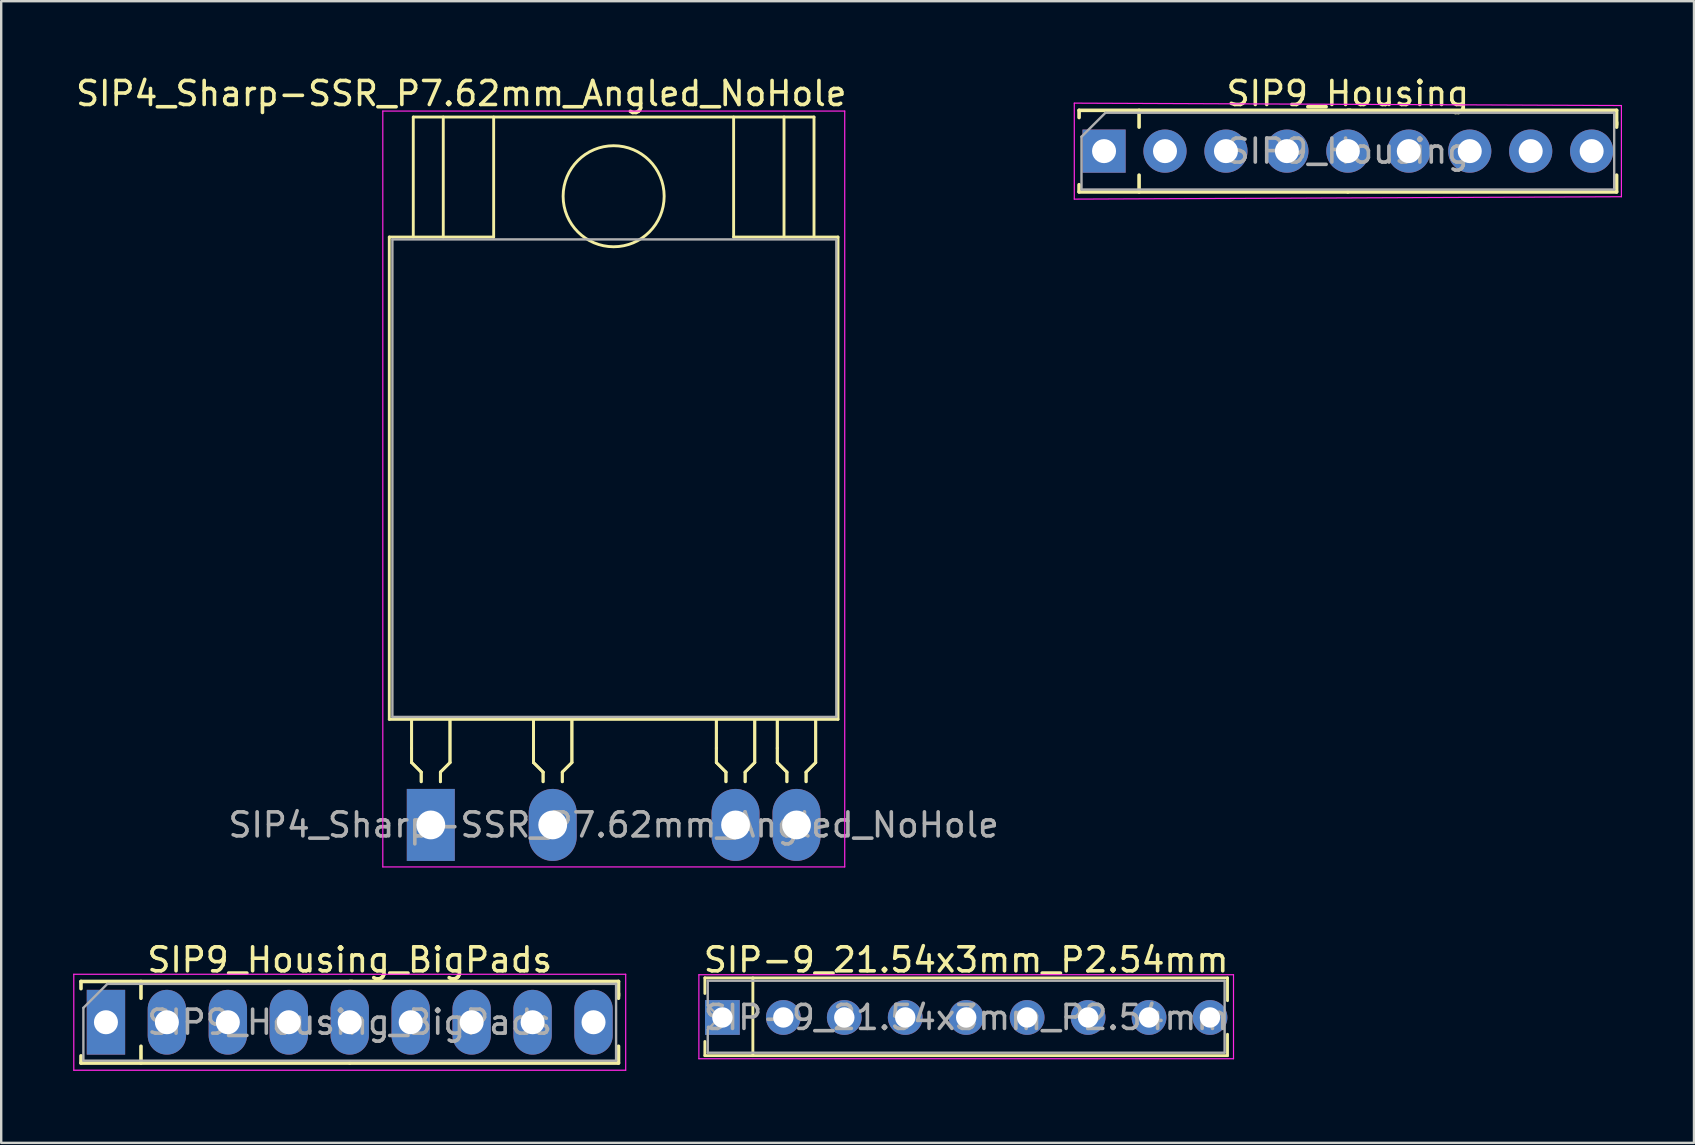
<source format=kicad_pcb>
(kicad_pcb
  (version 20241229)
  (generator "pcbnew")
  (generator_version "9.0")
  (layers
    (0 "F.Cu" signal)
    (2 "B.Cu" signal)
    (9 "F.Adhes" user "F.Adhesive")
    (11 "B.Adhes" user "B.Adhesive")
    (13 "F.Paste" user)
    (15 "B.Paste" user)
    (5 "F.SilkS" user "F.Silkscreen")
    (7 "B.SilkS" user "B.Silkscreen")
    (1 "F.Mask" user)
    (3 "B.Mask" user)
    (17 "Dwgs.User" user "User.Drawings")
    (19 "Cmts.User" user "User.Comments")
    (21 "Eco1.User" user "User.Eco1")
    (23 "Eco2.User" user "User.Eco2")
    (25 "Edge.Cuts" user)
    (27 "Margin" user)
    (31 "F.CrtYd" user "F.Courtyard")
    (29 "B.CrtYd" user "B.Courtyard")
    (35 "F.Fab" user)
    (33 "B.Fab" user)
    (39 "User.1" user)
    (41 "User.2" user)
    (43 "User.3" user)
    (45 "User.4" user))
  (footprint "SIP4_Sharp-SSR_P7.62mm_Angled_NoHole"
    (layer "F.Cu")
    (at 14.903 31.328)
    (property "Reference" "SIP4_Sharp-SSR_P7.62mm_Angled_NoHole" (at 1.27 -30.48 0) (layer "F.SilkS") (effects (font (size 1 1) (thickness 0.15))))
    (attr through_hole)
    (fp_line (start -1.73 -24.5) (end 2.62 -24.5) (stroke (width 0.12) (type solid)) (layer "F.SilkS"))
    (fp_line (start -1.73 -4.4) (end -1.73 -24.5) (stroke (width 0.12) (type solid)) (layer "F.SilkS"))
    (fp_line (start -0.8 -3.2) (end -0.8 -4.4) (stroke (width 0.12) (type solid)) (layer "F.SilkS"))
    (fp_line (start -0.8 -3.2) (end -0.8 -4.4) (stroke (width 0.12) (type solid)) (layer "F.SilkS"))
    (fp_line (start -0.8 -2.6) (end -0.8 -3.2) (stroke (width 0.12) (type solid)) (layer "F.SilkS"))
    (fp_line (start -0.8 -2.6) (end -0.8 -3.2) (stroke (width 0.12) (type solid)) (layer "F.SilkS"))
    (fp_line (start -0.73 -29.5) (end 15.97 -29.5) (stroke (width 0.12) (type solid)) (layer "F.SilkS"))
    (fp_line (start -0.73 -24.5) (end -0.73 -29.5) (stroke (width 0.12) (type solid)) (layer "F.SilkS"))
    (fp_line (start -0.4 -2.2) (end -0.8 -2.6) (stroke (width 0.12) (type solid)) (layer "F.SilkS"))
    (fp_line (start -0.4 -2.2) (end -0.8 -2.6) (stroke (width 0.12) (type solid)) (layer "F.SilkS"))
    (fp_line (start -0.4 -2.2) (end -0.4 -1.8) (stroke (width 0.12) (type solid)) (layer "F.SilkS"))
    (fp_line (start -0.4 -2.2) (end -0.4 -1.8) (stroke (width 0.12) (type solid)) (layer "F.SilkS"))
    (fp_line (start 0.4 -2.2) (end 0.8 -2.6) (stroke (width 0.12) (type solid)) (layer "F.SilkS"))
    (fp_line (start 0.4 -2.2) (end 0.8 -2.6) (stroke (width 0.12) (type solid)) (layer "F.SilkS"))
    (fp_line (start 0.4 -1.8) (end 0.4 -2.2) (stroke (width 0.12) (type solid)) (layer "F.SilkS"))
    (fp_line (start 0.4 -1.8) (end 0.4 -2.2) (stroke (width 0.12) (type solid)) (layer "F.SilkS"))
    (fp_line (start 0.52 -24.5) (end 0.52 -29.5) (stroke (width 0.12) (type solid)) (layer "F.SilkS"))
    (fp_line (start 0.8 -2.6) (end 0.8 -4.4) (stroke (width 0.12) (type solid)) (layer "F.SilkS"))
    (fp_line (start 0.8 -2.6) (end 0.8 -4.4) (stroke (width 0.12) (type solid)) (layer "F.SilkS"))
    (fp_line (start 2.62 -29.5) (end 2.62 -24.5) (stroke (width 0.12) (type solid)) (layer "F.SilkS"))
    (fp_line (start 4.28 -3.2) (end 4.28 -4.4) (stroke (width 0.12) (type solid)) (layer "F.SilkS"))
    (fp_line (start 4.28 -3.2) (end 4.28 -4.4) (stroke (width 0.12) (type solid)) (layer "F.SilkS"))
    (fp_line (start 4.28 -2.6) (end 4.28 -3.2) (stroke (width 0.12) (type solid)) (layer "F.SilkS"))
    (fp_line (start 4.28 -2.6) (end 4.28 -3.2) (stroke (width 0.12) (type solid)) (layer "F.SilkS"))
    (fp_line (start 4.68 -2.2) (end 4.28 -2.6) (stroke (width 0.12) (type solid)) (layer "F.SilkS"))
    (fp_line (start 4.68 -2.2) (end 4.28 -2.6) (stroke (width 0.12) (type solid)) (layer "F.SilkS"))
    (fp_line (start 4.68 -2.2) (end 4.68 -1.8) (stroke (width 0.12) (type solid)) (layer "F.SilkS"))
    (fp_line (start 4.68 -2.2) (end 4.68 -1.8) (stroke (width 0.12) (type solid)) (layer "F.SilkS"))
    (fp_line (start 5.48 -2.2) (end 5.88 -2.6) (stroke (width 0.12) (type solid)) (layer "F.SilkS"))
    (fp_line (start 5.48 -2.2) (end 5.88 -2.6) (stroke (width 0.12) (type solid)) (layer "F.SilkS"))
    (fp_line (start 5.48 -1.8) (end 5.48 -2.2) (stroke (width 0.12) (type solid)) (layer "F.SilkS"))
    (fp_line (start 5.48 -1.8) (end 5.48 -2.2) (stroke (width 0.12) (type solid)) (layer "F.SilkS"))
    (fp_line (start 5.88 -2.6) (end 5.88 -4.4) (stroke (width 0.12) (type solid)) (layer "F.SilkS"))
    (fp_line (start 5.88 -2.6) (end 5.88 -4.4) (stroke (width 0.12) (type solid)) (layer "F.SilkS"))
    (fp_line (start 11.9 -3.2) (end 11.9 -4.4) (stroke (width 0.12) (type solid)) (layer "F.SilkS"))
    (fp_line (start 11.9 -3.2) (end 11.9 -4.4) (stroke (width 0.12) (type solid)) (layer "F.SilkS"))
    (fp_line (start 11.9 -2.6) (end 11.9 -3.2) (stroke (width 0.12) (type solid)) (layer "F.SilkS"))
    (fp_line (start 11.9 -2.6) (end 11.9 -3.2) (stroke (width 0.12) (type solid)) (layer "F.SilkS"))
    (fp_line (start 12.3 -2.2) (end 11.9 -2.6) (stroke (width 0.12) (type solid)) (layer "F.SilkS"))
    (fp_line (start 12.3 -2.2) (end 11.9 -2.6) (stroke (width 0.12) (type solid)) (layer "F.SilkS"))
    (fp_line (start 12.3 -2.2) (end 12.3 -1.8) (stroke (width 0.12) (type solid)) (layer "F.SilkS"))
    (fp_line (start 12.3 -2.2) (end 12.3 -1.8) (stroke (width 0.12) (type solid)) (layer "F.SilkS"))
    (fp_line (start 12.62 -29.5) (end 12.62 -24.5) (stroke (width 0.12) (type solid)) (layer "F.SilkS"))
    (fp_line (start 12.62 -24.5) (end 16.97 -24.5) (stroke (width 0.12) (type solid)) (layer "F.SilkS"))
    (fp_line (start 13.1 -2.2) (end 13.5 -2.6) (stroke (width 0.12) (type solid)) (layer "F.SilkS"))
    (fp_line (start 13.1 -2.2) (end 13.5 -2.6) (stroke (width 0.12) (type solid)) (layer "F.SilkS"))
    (fp_line (start 13.1 -1.8) (end 13.1 -2.2) (stroke (width 0.12) (type solid)) (layer "F.SilkS"))
    (fp_line (start 13.1 -1.8) (end 13.1 -2.2) (stroke (width 0.12) (type solid)) (layer "F.SilkS"))
    (fp_line (start 13.5 -2.6) (end 13.5 -4.4) (stroke (width 0.12) (type solid)) (layer "F.SilkS"))
    (fp_line (start 13.5 -2.6) (end 13.5 -4.4) (stroke (width 0.12) (type solid)) (layer "F.SilkS"))
    (fp_line (start 14.44 -3.2) (end 14.44 -4.4) (stroke (width 0.12) (type solid)) (layer "F.SilkS"))
    (fp_line (start 14.44 -3.2) (end 14.44 -4.4) (stroke (width 0.12) (type solid)) (layer "F.SilkS"))
    (fp_line (start 14.44 -2.6) (end 14.44 -3.2) (stroke (width 0.12) (type solid)) (layer "F.SilkS"))
    (fp_line (start 14.44 -2.6) (end 14.44 -3.2) (stroke (width 0.12) (type solid)) (layer "F.SilkS"))
    (fp_line (start 14.72 -24.5) (end 14.72 -29.5) (stroke (width 0.12) (type solid)) (layer "F.SilkS"))
    (fp_line (start 14.84 -2.2) (end 14.44 -2.6) (stroke (width 0.12) (type solid)) (layer "F.SilkS"))
    (fp_line (start 14.84 -2.2) (end 14.44 -2.6) (stroke (width 0.12) (type solid)) (layer "F.SilkS"))
    (fp_line (start 14.84 -2.2) (end 14.84 -1.8) (stroke (width 0.12) (type solid)) (layer "F.SilkS"))
    (fp_line (start 14.84 -2.2) (end 14.84 -1.8) (stroke (width 0.12) (type solid)) (layer "F.SilkS"))
    (fp_line (start 15.64 -2.2) (end 16.04 -2.6) (stroke (width 0.12) (type solid)) (layer "F.SilkS"))
    (fp_line (start 15.64 -2.2) (end 16.04 -2.6) (stroke (width 0.12) (type solid)) (layer "F.SilkS"))
    (fp_line (start 15.64 -1.8) (end 15.64 -2.2) (stroke (width 0.12) (type solid)) (layer "F.SilkS"))
    (fp_line (start 15.64 -1.8) (end 15.64 -2.2) (stroke (width 0.12) (type solid)) (layer "F.SilkS"))
    (fp_line (start 15.97 -24.5) (end 15.97 -29.5) (stroke (width 0.12) (type solid)) (layer "F.SilkS"))
    (fp_line (start 16.04 -2.6) (end 16.04 -4.4) (stroke (width 0.12) (type solid)) (layer "F.SilkS"))
    (fp_line (start 16.04 -2.6) (end 16.04 -4.4) (stroke (width 0.12) (type solid)) (layer "F.SilkS"))
    (fp_line (start 16.97 -24.5) (end 16.97 -4.4) (stroke (width 0.12) (type solid)) (layer "F.SilkS"))
    (fp_line (start 16.97 -4.4) (end -1.73 -4.4) (stroke (width 0.12) (type solid)) (layer "F.SilkS"))
    (fp_circle (center 7.62 -26.2) (end 9.35 -27.4) (stroke (width 0.12) (type solid)) (fill no) (layer "F.SilkS"))
    (fp_line (start -2 -29.75) (end 17.25 -29.75) (stroke (width 0.05) (type solid)) (layer "F.CrtYd"))
    (fp_line (start -2 1.75) (end -2 -29.75) (stroke (width 0.05) (type solid)) (layer "F.CrtYd"))
    (fp_line (start 17.25 -29.75) (end 17.25 1.75) (stroke (width 0.05) (type solid)) (layer "F.CrtYd"))
    (fp_line (start 17.25 1.75) (end -2 1.75) (stroke (width 0.05) (type solid)) (layer "F.CrtYd"))
    (fp_line (start -1.6 -24.4) (end 16.9 -24.4) (stroke (width 0.1) (type solid)) (layer "F.Fab"))
    (fp_line (start -1.6 -4.5) (end -1.6 -24.4) (stroke (width 0.1) (type solid)) (layer "F.Fab"))
    (fp_line (start 16.9 -24.4) (end 16.9 -4.5) (stroke (width 0.1) (type solid)) (layer "F.Fab"))
    (fp_line (start 16.9 -4.5) (end -1.6 -4.5) (stroke (width 0.1) (type solid)) (layer "F.Fab"))
    (fp_text user "${REFERENCE}" (at 7.62 0 0) (layer "F.Fab") (effects (font (size 1 1) (thickness 0.15))))
    (pad "1" thru_hole rect (at 0 0) (size 2 3) (drill 1.2) (layers "*.Cu" "*.Mask"))
    (pad "2" thru_hole oval (at 5.08 0) (size 2 3) (drill 1.2) (layers "*.Cu" "*.Mask"))
    (pad "3" thru_hole oval (at 12.7 0) (size 2 3) (drill 1.2) (layers "*.Cu" "*.Mask"))
    (pad "4" thru_hole oval (at 15.24 0) (size 2 3) (drill 1.2) (layers "*.Cu" "*.Mask")))
  (footprint "SIP9_Housing"
    (layer "F.Cu")
    (at 42.96 3.248)
    (property "Reference" "SIP9_Housing" (at 10.16 -2.4 0) (layer "F.SilkS") (effects (font (size 1 1) (thickness 0.15))))
    (attr through_hole)
    (fp_line (start -1.04 -1.7) (end -1.04 -1.4) (stroke (width 0.15) (type solid)) (layer "F.SilkS"))
    (fp_line (start -1.04 1.7) (end -1.04 1.4) (stroke (width 0.15) (type solid)) (layer "F.SilkS"))
    (fp_line (start 1.46 -1.7) (end 1.46 -1) (stroke (width 0.15) (type solid)) (layer "F.SilkS"))
    (fp_line (start 1.46 1.7) (end 1.46 1) (stroke (width 0.15) (type solid)) (layer "F.SilkS"))
    (fp_line (start 10.16 -1.7) (end 21.36 -1.7) (stroke (width 0.15) (type solid)) (layer "F.SilkS"))
    (fp_line (start 10.16 1.7) (end -1.04 1.7) (stroke (width 0.15) (type solid)) (layer "F.SilkS"))
    (fp_line (start 10.16 1.7) (end 21.36 1.7) (stroke (width 0.15) (type solid)) (layer "F.SilkS"))
    (fp_line (start 10.26 -1.7) (end -1.04 -1.7) (stroke (width 0.15) (type solid)) (layer "F.SilkS"))
    (fp_line (start 21.36 -1.7) (end 21.36 -1.1) (stroke (width 0.15) (type solid)) (layer "F.SilkS"))
    (fp_line (start 21.36 -1.2) (end 21.36 -1) (stroke (width 0.15) (type solid)) (layer "F.SilkS"))
    (fp_line (start 21.36 1.7) (end 21.36 1) (stroke (width 0.15) (type solid)) (layer "F.SilkS"))
    (fp_line (start -1.24 -2) (end -1.24 2) (stroke (width 0.05) (type solid)) (layer "F.CrtYd"))
    (fp_line (start -1.24 2) (end 21.56 1.9) (stroke (width 0.05) (type solid)) (layer "F.CrtYd"))
    (fp_line (start 21.56 -1.9) (end -1.24 -2) (stroke (width 0.05) (type solid)) (layer "F.CrtYd"))
    (fp_line (start 21.56 1.9) (end 21.56 -1.9) (stroke (width 0.05) (type solid)) (layer "F.CrtYd"))
    (fp_line (start -0.94 -0.6) (end 0.06 -1.6) (stroke (width 0.1) (type solid)) (layer "F.Fab"))
    (fp_line (start -0.94 1.6) (end -0.94 -0.6) (stroke (width 0.1) (type solid)) (layer "F.Fab"))
    (fp_line (start 0.06 -1.6) (end 21.26 -1.6) (stroke (width 0.1) (type solid)) (layer "F.Fab"))
    (fp_line (start 21.26 -1.6) (end 21.26 1.6) (stroke (width 0.1) (type solid)) (layer "F.Fab"))
    (fp_line (start 21.26 1.6) (end -0.94 1.6) (stroke (width 0.1) (type solid)) (layer "F.Fab"))
    (fp_text user "${REFERENCE}" (at 10.16 0 0) (layer "F.Fab") (effects (font (size 1 1) (thickness 0.15))))
    (pad "1" thru_hole rect (at 0 0 90) (size 1.8 1.8) (drill 1) (layers "*.Cu" "*.Mask"))
    (pad "2" thru_hole circle (at 2.54 0 90) (size 1.8 1.8) (drill 1) (layers "*.Cu" "*.Mask"))
    (pad "3" thru_hole circle (at 5.08 0 90) (size 1.8 1.8) (drill 1) (layers "*.Cu" "*.Mask"))
    (pad "4" thru_hole circle (at 7.62 0 90) (size 1.8 1.8) (drill 1) (layers "*.Cu" "*.Mask"))
    (pad "5" thru_hole circle (at 10.16 0 90) (size 1.8 1.8) (drill 1) (layers "*.Cu" "*.Mask"))
    (pad "6" thru_hole circle (at 12.7 0 90) (size 1.8 1.8) (drill 1) (layers "*.Cu" "*.Mask"))
    (pad "7" thru_hole circle (at 15.24 0 90) (size 1.8 1.8) (drill 1) (layers "*.Cu" "*.Mask"))
    (pad "8" thru_hole circle (at 17.78 0 90) (size 1.8 1.8) (drill 1) (layers "*.Cu" "*.Mask"))
    (pad "9" thru_hole circle (at 20.32 0 90) (size 1.8 1.8) (drill 1) (layers "*.Cu" "*.Mask")))
  (footprint "SIP-9_21.54x3mm_P2.54mm"
    (layer "F.Cu")
    (at 27.055 39.352)
    (property "Reference" "SIP-9_21.54x3mm_P2.54mm" (at 10.16 -2.4 0) (layer "F.SilkS") (effects (font (size 1 1) (thickness 0.15))))
    (attr through_hole)
    (fp_line (start -0.73 -1.65) (end -0.73 -1) (stroke (width 0.12) (type solid)) (layer "F.SilkS"))
    (fp_line (start -0.73 1.59) (end -0.73 1) (stroke (width 0.12) (type solid)) (layer "F.SilkS"))
    (fp_line (start 1.27 1.59) (end 1.27 -1.65) (stroke (width 0.12) (type solid)) (layer "F.SilkS"))
    (fp_line (start 21.05 -1.65) (end -0.73 -1.65) (stroke (width 0.12) (type solid)) (layer "F.SilkS"))
    (fp_line (start 21.05 -1.65) (end 21.05 -0.7) (stroke (width 0.12) (type solid)) (layer "F.SilkS"))
    (fp_line (start 21.05 1.59) (end -0.73 1.59) (stroke (width 0.12) (type solid)) (layer "F.SilkS"))
    (fp_line (start 21.05 1.59) (end 21.05 0.7) (stroke (width 0.12) (type solid)) (layer "F.SilkS"))
    (fp_line (start -0.98 -1.78) (end 21.3 -1.78) (stroke (width 0.05) (type solid)) (layer "F.CrtYd"))
    (fp_line (start -0.98 1.72) (end -0.98 -1.78) (stroke (width 0.05) (type solid)) (layer "F.CrtYd"))
    (fp_line (start 21.3 -1.78) (end 21.3 1.72) (stroke (width 0.05) (type solid)) (layer "F.CrtYd"))
    (fp_line (start 21.3 1.72) (end -0.98 1.72) (stroke (width 0.05) (type solid)) (layer "F.CrtYd"))
    (fp_line (start -0.61 -1.53) (end -0.61 -0.5) (stroke (width 0.1) (type solid)) (layer "F.Fab"))
    (fp_line (start -0.61 -0.5) (end -0.11 0) (stroke (width 0.1) (type solid)) (layer "F.Fab"))
    (fp_line (start -0.61 0.5) (end -0.61 1.47) (stroke (width 0.1) (type solid)) (layer "F.Fab"))
    (fp_line (start -0.11 0) (end -0.61 0.5) (stroke (width 0.1) (type solid)) (layer "F.Fab"))
    (fp_line (start 20.93 -1.53) (end -0.61 -1.53) (stroke (width 0.1) (type solid)) (layer "F.Fab"))
    (fp_line (start 20.93 -1.53) (end 20.93 1.47) (stroke (width 0.1) (type solid)) (layer "F.Fab"))
    (fp_line (start 20.93 1.47) (end -0.61 1.47) (stroke (width 0.1) (type solid)) (layer "F.Fab"))
    (fp_text user "${REFERENCE}" (at 10.16 0 0) (layer "F.Fab") (effects (font (size 1 1) (thickness 0.15))))
    (pad "1" thru_hole rect (at 0 0 90) (size 1.45 1.45) (drill 0.85) (layers "*.Cu" "*.Mask"))
    (pad "2" thru_hole circle (at 2.54 0 90) (size 1.45 1.45) (drill 0.85) (layers "*.Cu" "*.Mask"))
    (pad "3" thru_hole circle (at 5.08 0 90) (size 1.45 1.45) (drill 0.85) (layers "*.Cu" "*.Mask"))
    (pad "4" thru_hole circle (at 7.62 0 90) (size 1.45 1.45) (drill 0.85) (layers "*.Cu" "*.Mask"))
    (pad "5" thru_hole circle (at 10.16 0 90) (size 1.45 1.45) (drill 0.85) (layers "*.Cu" "*.Mask"))
    (pad "6" thru_hole circle (at 12.7 0 90) (size 1.45 1.45) (drill 0.85) (layers "*.Cu" "*.Mask"))
    (pad "7" thru_hole circle (at 15.24 0 90) (size 1.45 1.45) (drill 0.85) (layers "*.Cu" "*.Mask"))
    (pad "8" thru_hole circle (at 17.78 0 90) (size 1.45 1.45) (drill 0.85) (layers "*.Cu" "*.Mask"))
    (pad "9" thru_hole circle (at 20.32 0 90) (size 1.45 1.45) (drill 0.85) (layers "*.Cu" "*.Mask")))
  (footprint "SIP9_Housing_BigPads"
    (layer "F.Cu")
    (at 1.365 39.551)
    (property "Reference" "SIP9_Housing_BigPads" (at 10.16 -2.6 0) (layer "F.SilkS") (effects (font (size 1 1) (thickness 0.15))))
    (attr through_hole)
    (fp_line (start -1.04 -1.7) (end -1.04 -1.4) (stroke (width 0.15) (type solid)) (layer "F.SilkS"))
    (fp_line (start -1.04 1.7) (end -1.04 1.4) (stroke (width 0.15) (type solid)) (layer "F.SilkS"))
    (fp_line (start 1.46 -1.7) (end 1.46 -1) (stroke (width 0.15) (type solid)) (layer "F.SilkS"))
    (fp_line (start 1.46 1.7) (end 1.46 1) (stroke (width 0.15) (type solid)) (layer "F.SilkS"))
    (fp_line (start 10.16 -1.7) (end 21.36 -1.7) (stroke (width 0.15) (type solid)) (layer "F.SilkS"))
    (fp_line (start 10.16 1.7) (end -1.04 1.7) (stroke (width 0.15) (type solid)) (layer "F.SilkS"))
    (fp_line (start 10.16 1.7) (end 21.36 1.7) (stroke (width 0.15) (type solid)) (layer "F.SilkS"))
    (fp_line (start 10.26 -1.7) (end -1.04 -1.7) (stroke (width 0.15) (type solid)) (layer "F.SilkS"))
    (fp_line (start 21.36 -1.7) (end 21.36 -1.1) (stroke (width 0.15) (type solid)) (layer "F.SilkS"))
    (fp_line (start 21.36 -1.2) (end 21.36 -1) (stroke (width 0.15) (type solid)) (layer "F.SilkS"))
    (fp_line (start 21.36 1.7) (end 21.36 1) (stroke (width 0.15) (type solid)) (layer "F.SilkS"))
    (fp_line (start -1.34 -2) (end -1.34 2) (stroke (width 0.05) (type solid)) (layer "F.CrtYd"))
    (fp_line (start -1.34 2) (end 21.66 2) (stroke (width 0.05) (type solid)) (layer "F.CrtYd"))
    (fp_line (start 21.66 -2) (end -1.34 -2) (stroke (width 0.05) (type solid)) (layer "F.CrtYd"))
    (fp_line (start 21.66 2) (end 21.66 -2) (stroke (width 0.05) (type solid)) (layer "F.CrtYd"))
    (fp_line (start -0.94 -0.6) (end 0.06 -1.6) (stroke (width 0.1) (type solid)) (layer "F.Fab"))
    (fp_line (start -0.94 1.6) (end -0.94 -0.6) (stroke (width 0.1) (type solid)) (layer "F.Fab"))
    (fp_line (start 0.06 -1.6) (end 21.26 -1.6) (stroke (width 0.1) (type solid)) (layer "F.Fab"))
    (fp_line (start 21.26 -1.6) (end 21.26 1.6) (stroke (width 0.1) (type solid)) (layer "F.Fab"))
    (fp_line (start 21.26 1.6) (end -0.94 1.6) (stroke (width 0.1) (type solid)) (layer "F.Fab"))
    (fp_text user "${REFERENCE}" (at 10.16 0 0) (layer "F.Fab") (effects (font (size 1 1) (thickness 0.15))))
    (pad "1" thru_hole rect (at 0 0 90) (size 2.7 1.6) (drill 1) (layers "*.Cu" "*.Mask"))
    (pad "2" thru_hole oval (at 2.54 0 90) (size 2.7 1.6) (drill 1) (layers "*.Cu" "*.Mask"))
    (pad "3" thru_hole oval (at 5.08 0 90) (size 2.7 1.6) (drill 1) (layers "*.Cu" "*.Mask"))
    (pad "4" thru_hole oval (at 7.62 0 90) (size 2.7 1.6) (drill 1) (layers "*.Cu" "*.Mask"))
    (pad "5" thru_hole oval (at 10.16 0 90) (size 2.7 1.6) (drill 1) (layers "*.Cu" "*.Mask"))
    (pad "6" thru_hole oval (at 12.7 0 90) (size 2.7 1.6) (drill 1) (layers "*.Cu" "*.Mask"))
    (pad "7" thru_hole oval (at 15.24 0 90) (size 2.7 1.6) (drill 1) (layers "*.Cu" "*.Mask"))
    (pad "8" thru_hole oval (at 17.78 0 90) (size 2.7 1.6) (drill 1) (layers "*.Cu" "*.Mask"))
    (pad "9" thru_hole oval (at 20.32 0 90) (size 2.7 1.6) (drill 1) (layers "*.Cu" "*.Mask")))
  (gr_rect
    (start -3 -3)
    (end 67.545 44.577)
    (stroke (width 0.1) (type default))
    (fill no)
    (layer "Edge.Cuts")))
</source>
